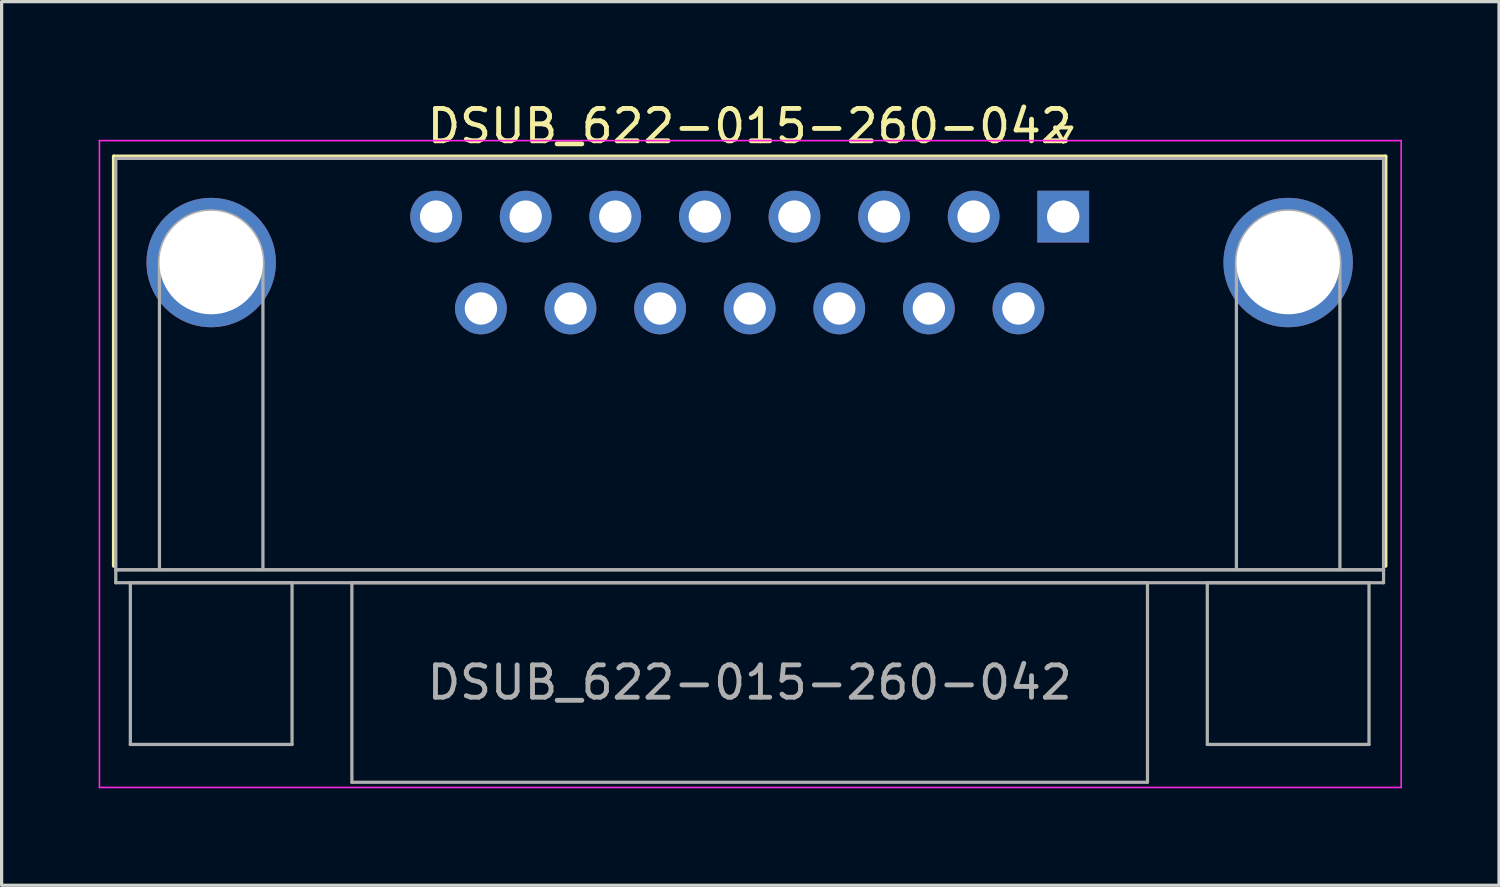
<source format=kicad_pcb>
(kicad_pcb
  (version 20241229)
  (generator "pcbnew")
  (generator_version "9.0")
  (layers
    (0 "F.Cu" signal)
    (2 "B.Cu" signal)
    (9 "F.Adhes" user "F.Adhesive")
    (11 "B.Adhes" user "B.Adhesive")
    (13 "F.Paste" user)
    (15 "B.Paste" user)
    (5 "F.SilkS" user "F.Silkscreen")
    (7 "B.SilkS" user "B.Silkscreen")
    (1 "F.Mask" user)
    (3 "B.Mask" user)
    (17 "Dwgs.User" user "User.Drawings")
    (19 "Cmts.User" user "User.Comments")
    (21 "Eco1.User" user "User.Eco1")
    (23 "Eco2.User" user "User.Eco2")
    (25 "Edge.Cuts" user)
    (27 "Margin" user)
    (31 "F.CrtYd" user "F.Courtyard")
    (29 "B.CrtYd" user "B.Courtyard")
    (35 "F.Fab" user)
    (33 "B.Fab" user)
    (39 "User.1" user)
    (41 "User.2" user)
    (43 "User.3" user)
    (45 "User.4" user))
  (footprint "DSUB_622-015-260-042"
    (layer "F.Cu")
    (at 29.825 3.648)
    (property "Reference" "DSUB_622-015-260-042" (at -9.695 -2.8 0) (layer "F.SilkS") (effects (font (size 1 1) (thickness 0.15))))
    (attr through_hole)
    (fp_line (start -29.355 -1.86) (end 9.965 -1.86) (stroke (width 0.12) (type solid)) (layer "F.SilkS"))
    (fp_line (start -29.355 10.8) (end -29.355 -1.86) (stroke (width 0.12) (type solid)) (layer "F.SilkS"))
    (fp_line (start -0.25 -2.754) (end 0.25 -2.754) (stroke (width 0.12) (type solid)) (layer "F.SilkS"))
    (fp_line (start 0 -2.321) (end -0.25 -2.754) (stroke (width 0.12) (type solid)) (layer "F.SilkS"))
    (fp_line (start 0.25 -2.754) (end 0 -2.321) (stroke (width 0.12) (type solid)) (layer "F.SilkS"))
    (fp_line (start 9.965 -1.86) (end 9.965 10.8) (stroke (width 0.12) (type solid)) (layer "F.SilkS"))
    (fp_line (start -29.8 -2.35) (end -29.8 17.65) (stroke (width 0.05) (type solid)) (layer "F.CrtYd"))
    (fp_line (start -29.8 17.65) (end 10.45 17.65) (stroke (width 0.05) (type solid)) (layer "F.CrtYd"))
    (fp_line (start 10.45 -2.35) (end -29.8 -2.35) (stroke (width 0.05) (type solid)) (layer "F.CrtYd"))
    (fp_line (start 10.45 17.65) (end 10.45 -2.35) (stroke (width 0.05) (type solid)) (layer "F.CrtYd"))
    (fp_line (start -29.295 -1.8) (end -29.295 10.86) (stroke (width 0.1) (type solid)) (layer "F.Fab"))
    (fp_line (start -29.295 10.92) (end -29.295 11.32) (stroke (width 0.1) (type solid)) (layer "F.Fab"))
    (fp_line (start -29.295 10.92) (end 9.905 10.92) (stroke (width 0.1) (type solid)) (layer "F.Fab"))
    (fp_line (start -29.295 11.32) (end 9.905 11.32) (stroke (width 0.1) (type solid)) (layer "F.Fab"))
    (fp_line (start -28.845 11.32) (end -28.845 16.32) (stroke (width 0.1) (type solid)) (layer "F.Fab"))
    (fp_line (start -28.845 16.32) (end -23.845 16.32) (stroke (width 0.1) (type solid)) (layer "F.Fab"))
    (fp_line (start -27.945 10.86) (end -27.945 1.42) (stroke (width 0.1) (type solid)) (layer "F.Fab"))
    (fp_line (start -24.745 10.86) (end -24.745 1.42) (stroke (width 0.1) (type solid)) (layer "F.Fab"))
    (fp_line (start -23.845 11.32) (end -28.845 11.32) (stroke (width 0.1) (type solid)) (layer "F.Fab"))
    (fp_line (start -23.845 16.32) (end -23.845 11.32) (stroke (width 0.1) (type solid)) (layer "F.Fab"))
    (fp_line (start -21.995 11.32) (end -21.995 17.49) (stroke (width 0.1) (type solid)) (layer "F.Fab"))
    (fp_line (start -21.995 17.49) (end 2.605 17.49) (stroke (width 0.1) (type solid)) (layer "F.Fab"))
    (fp_line (start 2.605 11.32) (end -21.995 11.32) (stroke (width 0.1) (type solid)) (layer "F.Fab"))
    (fp_line (start 2.605 17.49) (end 2.605 11.32) (stroke (width 0.1) (type solid)) (layer "F.Fab"))
    (fp_line (start 4.455 11.32) (end 4.455 16.32) (stroke (width 0.1) (type solid)) (layer "F.Fab"))
    (fp_line (start 4.455 16.32) (end 9.455 16.32) (stroke (width 0.1) (type solid)) (layer "F.Fab"))
    (fp_line (start 5.355 10.86) (end 5.355 1.42) (stroke (width 0.1) (type solid)) (layer "F.Fab"))
    (fp_line (start 8.555 10.86) (end 8.555 1.42) (stroke (width 0.1) (type solid)) (layer "F.Fab"))
    (fp_line (start 9.455 11.32) (end 4.455 11.32) (stroke (width 0.1) (type solid)) (layer "F.Fab"))
    (fp_line (start 9.455 16.32) (end 9.455 11.32) (stroke (width 0.1) (type solid)) (layer "F.Fab"))
    (fp_line (start 9.905 -1.8) (end -29.295 -1.8) (stroke (width 0.1) (type solid)) (layer "F.Fab"))
    (fp_line (start 9.905 10.86) (end 9.905 -1.8) (stroke (width 0.1) (type solid)) (layer "F.Fab"))
    (fp_line (start 9.905 10.92) (end -29.295 10.92) (stroke (width 0.1) (type solid)) (layer "F.Fab"))
    (fp_line (start 9.905 11.32) (end 9.905 10.92) (stroke (width 0.1) (type solid)) (layer "F.Fab"))
    (fp_arc (start -27.945 1.42) (mid -26.345 -0.18) (end -24.745 1.42) (stroke (width 0.1) (type solid)) (layer "F.Fab"))
    (fp_arc (start 5.355 1.42) (mid 6.955 -0.18) (end 8.555 1.42) (stroke (width 0.1) (type solid)) (layer "F.Fab"))
    (fp_text user "${REFERENCE}" (at -9.695 14.405 0) (layer "F.Fab") (effects (font (size 1 1) (thickness 0.15))))
    (pad "0" thru_hole circle (at -26.345 1.42) (size 4 4) (drill 3.2) (layers "*.Cu" "*.Mask"))
    (pad "0" thru_hole circle (at 6.955 1.42) (size 4 4) (drill 3.2) (layers "*.Cu" "*.Mask"))
    (pad "1" thru_hole rect (at 0 0) (size 1.6 1.6) (drill 1) (layers "*.Cu" "*.Mask"))
    (pad "2" thru_hole circle (at -2.77 0) (size 1.6 1.6) (drill 1) (layers "*.Cu" "*.Mask"))
    (pad "3" thru_hole circle (at -5.54 0) (size 1.6 1.6) (drill 1) (layers "*.Cu" "*.Mask"))
    (pad "4" thru_hole circle (at -8.31 0) (size 1.6 1.6) (drill 1) (layers "*.Cu" "*.Mask"))
    (pad "5" thru_hole circle (at -11.08 0) (size 1.6 1.6) (drill 1) (layers "*.Cu" "*.Mask"))
    (pad "6" thru_hole circle (at -13.85 0) (size 1.6 1.6) (drill 1) (layers "*.Cu" "*.Mask"))
    (pad "7" thru_hole circle (at -16.62 0) (size 1.6 1.6) (drill 1) (layers "*.Cu" "*.Mask"))
    (pad "8" thru_hole circle (at -19.39 0) (size 1.6 1.6) (drill 1) (layers "*.Cu" "*.Mask"))
    (pad "9" thru_hole circle (at -1.385 2.84) (size 1.6 1.6) (drill 1) (layers "*.Cu" "*.Mask"))
    (pad "10" thru_hole circle (at -4.155 2.84) (size 1.6 1.6) (drill 1) (layers "*.Cu" "*.Mask"))
    (pad "11" thru_hole circle (at -6.925 2.84) (size 1.6 1.6) (drill 1) (layers "*.Cu" "*.Mask"))
    (pad "12" thru_hole circle (at -9.695 2.84) (size 1.6 1.6) (drill 1) (layers "*.Cu" "*.Mask"))
    (pad "13" thru_hole circle (at -12.465 2.84) (size 1.6 1.6) (drill 1) (layers "*.Cu" "*.Mask"))
    (pad "14" thru_hole circle (at -15.235 2.84) (size 1.6 1.6) (drill 1) (layers "*.Cu" "*.Mask"))
    (pad "15" thru_hole circle (at -18.005 2.84) (size 1.6 1.6) (drill 1) (layers "*.Cu" "*.Mask")))
  (gr_rect
    (start -3 -3)
    (end 43.3 24.323)
    (stroke (width 0.1) (type default))
    (fill no)
    (layer "Edge.Cuts")))
</source>
